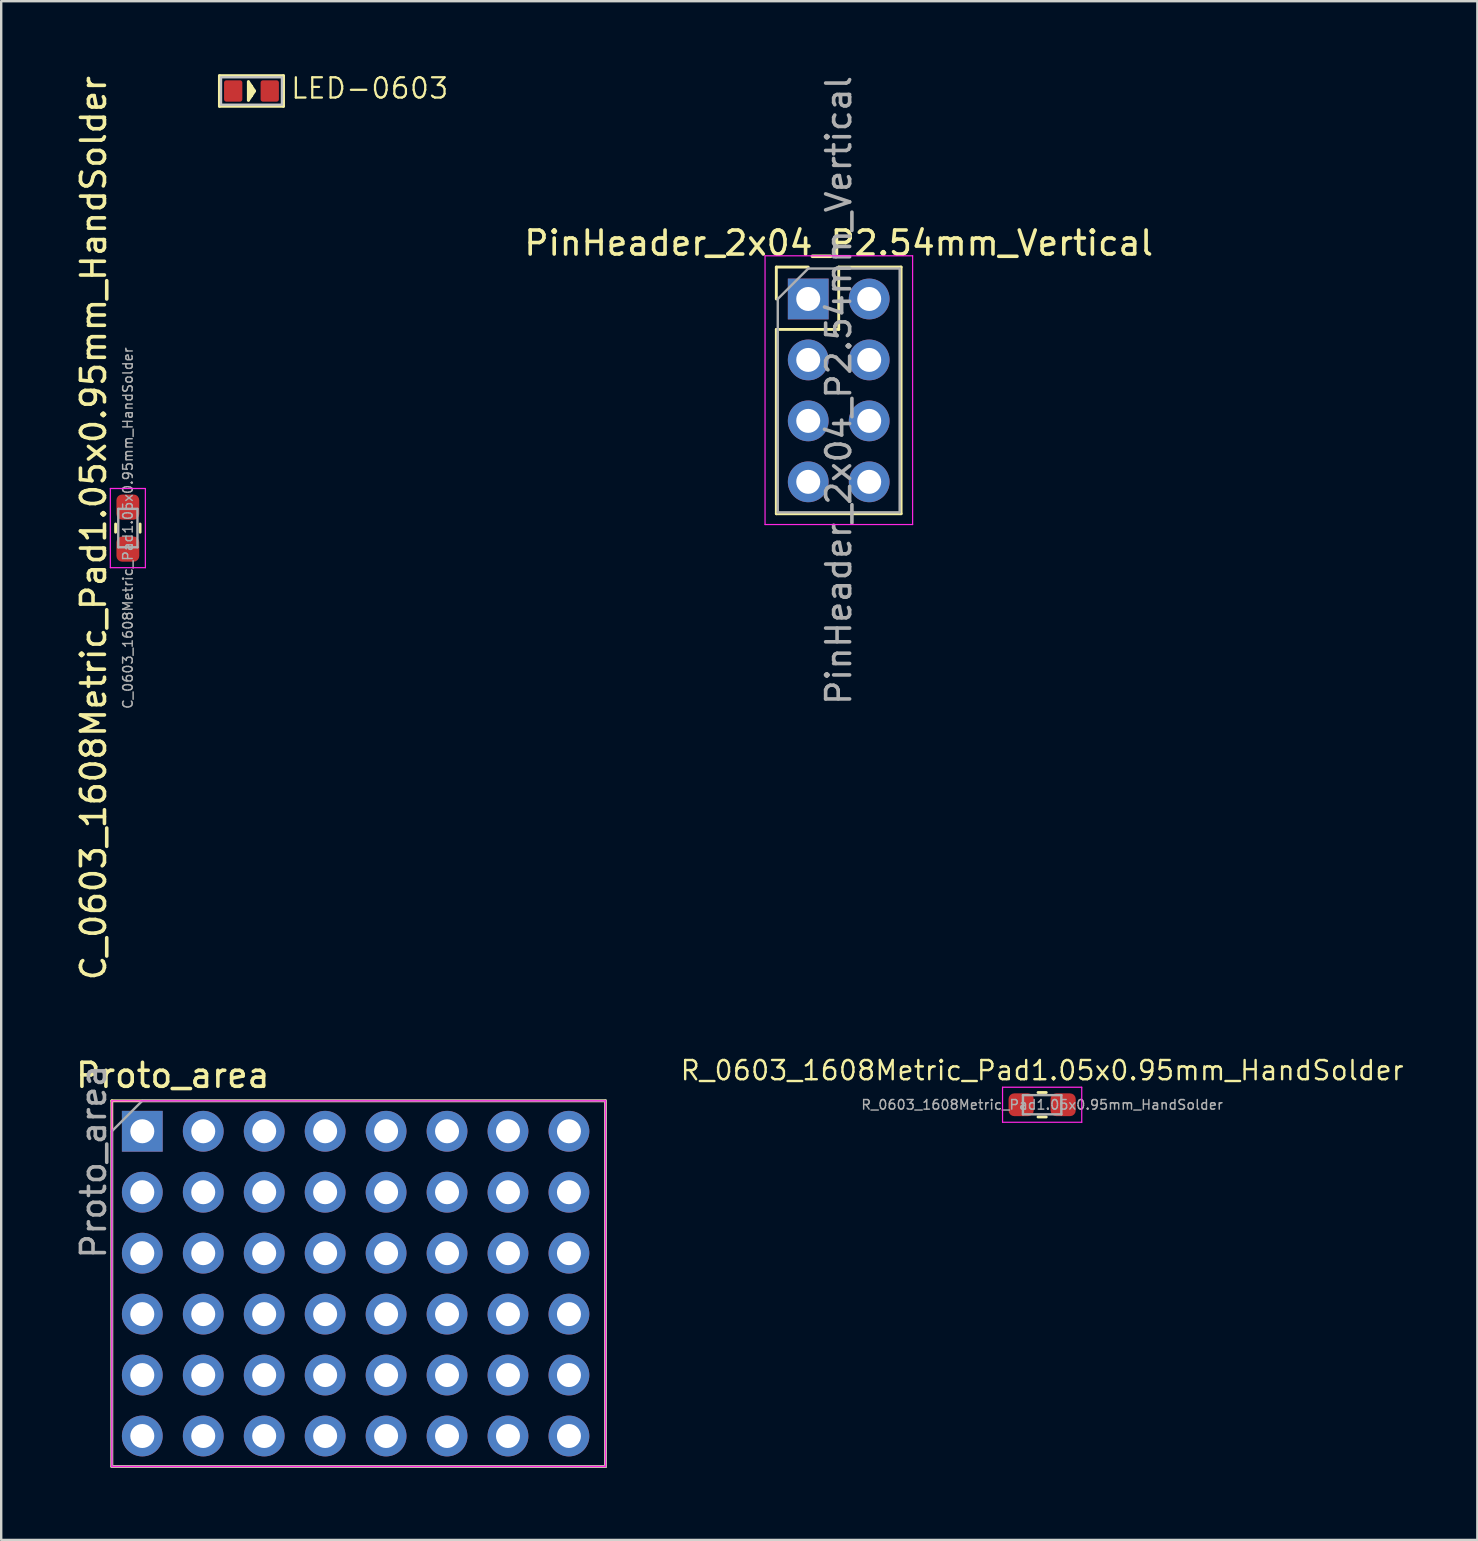
<source format=kicad_pcb>
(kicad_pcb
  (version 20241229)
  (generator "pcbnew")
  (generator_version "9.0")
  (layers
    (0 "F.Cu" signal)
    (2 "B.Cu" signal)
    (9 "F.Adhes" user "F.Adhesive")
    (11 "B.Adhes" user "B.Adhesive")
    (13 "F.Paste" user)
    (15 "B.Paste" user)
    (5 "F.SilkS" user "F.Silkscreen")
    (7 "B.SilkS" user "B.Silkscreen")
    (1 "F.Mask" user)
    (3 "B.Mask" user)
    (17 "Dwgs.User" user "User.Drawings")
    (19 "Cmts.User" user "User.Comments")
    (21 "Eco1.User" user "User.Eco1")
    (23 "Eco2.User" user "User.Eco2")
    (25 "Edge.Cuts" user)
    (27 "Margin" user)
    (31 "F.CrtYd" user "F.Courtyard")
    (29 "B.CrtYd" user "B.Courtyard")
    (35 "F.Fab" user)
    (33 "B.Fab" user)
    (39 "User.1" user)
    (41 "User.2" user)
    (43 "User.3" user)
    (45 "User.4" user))
  (footprint "LED-0603"
    (layer "F.Cu")
    (at 7.43 0.742)
    (property "Reference" "LED-0603" (at 1.587 0.381 0) (layer "F.SilkS") (effects (font (size 0.845 0.845) (thickness 0.093)) (justify left bottom)))
    (attr through_hole)
    (fp_line (start -1.333 -0.635) (end 1.333 -0.635) (stroke (width 0.127) (type solid)) (layer "F.SilkS"))
    (fp_line (start -1.333 0.635) (end -1.333 -0.635) (stroke (width 0.127) (type solid)) (layer "F.SilkS"))
    (fp_line (start -0.127 -0.381) (end -0.127 0.381) (stroke (width 0.127) (type solid)) (layer "F.SilkS"))
    (fp_line (start -0.127 0.381) (end 0 0.191) (stroke (width 0.127) (type solid)) (layer "F.SilkS"))
    (fp_line (start -0.064 -0.254) (end -0.064 0.254) (stroke (width 0.127) (type solid)) (layer "F.SilkS"))
    (fp_line (start 0 -0.191) (end -0.127 -0.381) (stroke (width 0.127) (type solid)) (layer "F.SilkS"))
    (fp_line (start 0 -0.191) (end 0 0.191) (stroke (width 0.127) (type solid)) (layer "F.SilkS"))
    (fp_line (start 0 0.191) (end 0.127 0) (stroke (width 0.127) (type solid)) (layer "F.SilkS"))
    (fp_line (start 0.127 0) (end 0 -0.191) (stroke (width 0.127) (type solid)) (layer "F.SilkS"))
    (fp_line (start 1.333 -0.635) (end 1.333 0.635) (stroke (width 0.127) (type solid)) (layer "F.SilkS"))
    (fp_line (start 1.333 0.635) (end -1.333 0.635) (stroke (width 0.127) (type solid)) (layer "F.SilkS"))
    (fp_poly (pts (xy -1.27 0.572) (xy 1.27 0.572) (xy 1.27 -0.572) (xy -1.27 -0.572)) (stroke (width 0.1) (type solid)) (fill no) (layer "Dwgs.User"))
    (pad "+" smd roundrect (at -0.762 0) (size 0.762 0.889) (layers "F.Cu" "F.Mask" "F.Paste") (roundrect_rratio 0.125))
    (pad "-" smd roundrect (at 0.762 0) (size 0.762 0.889) (layers "F.Cu" "F.Mask" "F.Paste") (roundrect_rratio 0.125)))
  (footprint "Proto_area"
    (layer "F.Cu")
    (at 2.88 44.095)
    (property "Reference" "Proto_area" (at 1.27 -2.33 0) (layer "F.SilkS") (effects (font (size 1 1) (thickness 0.15))))
    (attr through_hole)
    (fp_line (start -1.27 -1.27) (end -1.27 13.97) (stroke (width 0.12) (type solid)) (layer "F.SilkS"))
    (fp_line (start -1.27 -1.27) (end 19.304 -1.27) (stroke (width 0.12) (type solid)) (layer "F.SilkS"))
    (fp_line (start -1.27 13.97) (end 19.304 13.97) (stroke (width 0.12) (type solid)) (layer "F.SilkS"))
    (fp_line (start 19.304 -1.27) (end 19.304 13.97) (stroke (width 0.12) (type solid)) (layer "F.SilkS"))
    (fp_line (start -1.27 -1.27) (end -1.27 13.97) (stroke (width 0.05) (type solid)) (layer "F.CrtYd"))
    (fp_line (start -1.27 13.97) (end 19.304 13.97) (stroke (width 0.05) (type solid)) (layer "F.CrtYd"))
    (fp_line (start 19.304 -1.27) (end -1.27 -1.27) (stroke (width 0.05) (type solid)) (layer "F.CrtYd"))
    (fp_line (start 19.304 13.97) (end 19.304 -1.27) (stroke (width 0.05) (type solid)) (layer "F.CrtYd"))
    (fp_line (start -1.27 0) (end 0 -1.27) (stroke (width 0.1) (type solid)) (layer "F.Fab"))
    (fp_line (start -1.27 13.97) (end -1.27 0) (stroke (width 0.1) (type solid)) (layer "F.Fab"))
    (fp_line (start 0 -1.27) (end 19.304 -1.27) (stroke (width 0.1) (type solid)) (layer "F.Fab"))
    (fp_line (start 19.304 -1.27) (end 19.304 13.97) (stroke (width 0.1) (type solid)) (layer "F.Fab"))
    (fp_line (start 19.304 13.97) (end -1.27 13.97) (stroke (width 0.1) (type solid)) (layer "F.Fab"))
    (fp_text user "${REFERENCE}" (at -2.032 1.27 90) (layer "F.Fab") (effects (font (size 1 1) (thickness 0.15))))
    (pad "1" thru_hole rect (at 0 0) (size 1.7 1.7) (drill 1) (layers "*.Cu" "*.Mask"))
    (pad "2" thru_hole oval (at 2.54 0) (size 1.7 1.7) (drill 1) (layers "*.Cu" "*.Mask"))
    (pad "3" thru_hole oval (at 5.08 0) (size 1.7 1.7) (drill 1) (layers "*.Cu" "*.Mask"))
    (pad "4" thru_hole oval (at 7.62 0) (size 1.7 1.7) (drill 1) (layers "*.Cu" "*.Mask"))
    (pad "5" thru_hole oval (at 10.16 0) (size 1.7 1.7) (drill 1) (layers "*.Cu" "*.Mask"))
    (pad "6" thru_hole oval (at 12.7 0) (size 1.7 1.7) (drill 1) (layers "*.Cu" "*.Mask"))
    (pad "7" thru_hole oval (at 15.24 0) (size 1.7 1.7) (drill 1) (layers "*.Cu" "*.Mask"))
    (pad "8" thru_hole oval (at 17.78 0) (size 1.7 1.7) (drill 1) (layers "*.Cu" "*.Mask"))
    (pad "9" thru_hole oval (at 0 2.54) (size 1.7 1.7) (drill 1) (layers "*.Cu" "*.Mask"))
    (pad "10" thru_hole oval (at 2.54 2.54) (size 1.7 1.7) (drill 1) (layers "*.Cu" "*.Mask"))
    (pad "11" thru_hole oval (at 5.08 2.54) (size 1.7 1.7) (drill 1) (layers "*.Cu" "*.Mask"))
    (pad "12" thru_hole oval (at 7.62 2.54) (size 1.7 1.7) (drill 1) (layers "*.Cu" "*.Mask"))
    (pad "13" thru_hole oval (at 10.16 2.54) (size 1.7 1.7) (drill 1) (layers "*.Cu" "*.Mask"))
    (pad "14" thru_hole oval (at 12.7 2.54) (size 1.7 1.7) (drill 1) (layers "*.Cu" "*.Mask"))
    (pad "15" thru_hole oval (at 15.24 2.54) (size 1.7 1.7) (drill 1) (layers "*.Cu" "*.Mask"))
    (pad "16" thru_hole oval (at 17.78 2.54) (size 1.7 1.7) (drill 1) (layers "*.Cu" "*.Mask"))
    (pad "17" thru_hole oval (at 0 5.08) (size 1.7 1.7) (drill 1) (layers "*.Cu" "*.Mask"))
    (pad "18" thru_hole oval (at 2.54 5.08) (size 1.7 1.7) (drill 1) (layers "*.Cu" "*.Mask"))
    (pad "19" thru_hole oval (at 5.08 5.08) (size 1.7 1.7) (drill 1) (layers "*.Cu" "*.Mask"))
    (pad "20" thru_hole oval (at 7.62 5.08) (size 1.7 1.7) (drill 1) (layers "*.Cu" "*.Mask"))
    (pad "21" thru_hole oval (at 10.16 5.08) (size 1.7 1.7) (drill 1) (layers "*.Cu" "*.Mask"))
    (pad "22" thru_hole oval (at 12.7 5.08) (size 1.7 1.7) (drill 1) (layers "*.Cu" "*.Mask"))
    (pad "23" thru_hole oval (at 15.24 5.08) (size 1.7 1.7) (drill 1) (layers "*.Cu" "*.Mask"))
    (pad "24" thru_hole oval (at 17.78 5.08) (size 1.7 1.7) (drill 1) (layers "*.Cu" "*.Mask"))
    (pad "25" thru_hole oval (at 0 7.62) (size 1.7 1.7) (drill 1) (layers "*.Cu" "*.Mask"))
    (pad "26" thru_hole oval (at 2.54 7.62) (size 1.7 1.7) (drill 1) (layers "*.Cu" "*.Mask"))
    (pad "27" thru_hole oval (at 5.08 7.62) (size 1.7 1.7) (drill 1) (layers "*.Cu" "*.Mask"))
    (pad "28" thru_hole oval (at 7.62 7.62) (size 1.7 1.7) (drill 1) (layers "*.Cu" "*.Mask"))
    (pad "29" thru_hole oval (at 10.16 7.62) (size 1.7 1.7) (drill 1) (layers "*.Cu" "*.Mask"))
    (pad "30" thru_hole oval (at 12.7 7.62) (size 1.7 1.7) (drill 1) (layers "*.Cu" "*.Mask"))
    (pad "31" thru_hole oval (at 15.24 7.62) (size 1.7 1.7) (drill 1) (layers "*.Cu" "*.Mask"))
    (pad "32" thru_hole oval (at 17.78 7.62) (size 1.7 1.7) (drill 1) (layers "*.Cu" "*.Mask"))
    (pad "33" thru_hole oval (at 0 10.16) (size 1.7 1.7) (drill 1) (layers "*.Cu" "*.Mask"))
    (pad "34" thru_hole oval (at 2.54 10.16) (size 1.7 1.7) (drill 1) (layers "*.Cu" "*.Mask"))
    (pad "35" thru_hole oval (at 5.08 10.16) (size 1.7 1.7) (drill 1) (layers "*.Cu" "*.Mask"))
    (pad "36" thru_hole oval (at 7.62 10.16) (size 1.7 1.7) (drill 1) (layers "*.Cu" "*.Mask"))
    (pad "37" thru_hole oval (at 10.16 10.16) (size 1.7 1.7) (drill 1) (layers "*.Cu" "*.Mask"))
    (pad "38" thru_hole oval (at 12.7 10.16) (size 1.7 1.7) (drill 1) (layers "*.Cu" "*.Mask"))
    (pad "39" thru_hole oval (at 15.24 10.16) (size 1.7 1.7) (drill 1) (layers "*.Cu" "*.Mask"))
    (pad "40" thru_hole oval (at 17.78 10.16) (size 1.7 1.7) (drill 1) (layers "*.Cu" "*.Mask"))
    (pad "41" thru_hole oval (at 0 12.7) (size 1.7 1.7) (drill 1) (layers "*.Cu" "*.Mask"))
    (pad "42" thru_hole oval (at 2.54 12.7) (size 1.7 1.7) (drill 1) (layers "*.Cu" "*.Mask"))
    (pad "43" thru_hole oval (at 5.08 12.7) (size 1.7 1.7) (drill 1) (layers "*.Cu" "*.Mask"))
    (pad "44" thru_hole oval (at 7.62 12.7) (size 1.7 1.7) (drill 1) (layers "*.Cu" "*.Mask"))
    (pad "45" thru_hole oval (at 10.16 12.7) (size 1.7 1.7) (drill 1) (layers "*.Cu" "*.Mask"))
    (pad "46" thru_hole oval (at 12.7 12.7) (size 1.7 1.7) (drill 1) (layers "*.Cu" "*.Mask"))
    (pad "47" thru_hole oval (at 15.24 12.7) (size 1.7 1.7) (drill 1) (layers "*.Cu" "*.Mask"))
    (pad "48" thru_hole oval (at 17.78 12.7) (size 1.7 1.7) (drill 1) (layers "*.Cu" "*.Mask")))
  (footprint "R_0603_1608Metric_Pad1.05x0.95mm_HandSolder"
    (layer "F.Cu")
    (at 40.381 42.99)
    (property "Reference" "R_0603_1608Metric_Pad1.05x0.95mm_HandSolder" (at 0 -1.43 0) (unlocked yes) (layer "F.SilkS") (effects (font (size 0.8 0.8) (thickness 0.1))))
    (attr smd)
    (fp_line (start -0.171 -0.51) (end 0.171 -0.51) (stroke (width 0.12) (type solid)) (layer "F.SilkS"))
    (fp_line (start -0.171 0.51) (end 0.171 0.51) (stroke (width 0.12) (type solid)) (layer "F.SilkS"))
    (fp_line (start -1.65 -0.73) (end 1.65 -0.73) (stroke (width 0.05) (type solid)) (layer "F.CrtYd"))
    (fp_line (start -1.65 0.73) (end -1.65 -0.73) (stroke (width 0.05) (type solid)) (layer "F.CrtYd"))
    (fp_line (start 1.65 -0.73) (end 1.65 0.73) (stroke (width 0.05) (type solid)) (layer "F.CrtYd"))
    (fp_line (start 1.65 0.73) (end -1.65 0.73) (stroke (width 0.05) (type solid)) (layer "F.CrtYd"))
    (fp_line (start -0.8 -0.4) (end 0.8 -0.4) (stroke (width 0.1) (type solid)) (layer "F.Fab"))
    (fp_line (start -0.8 0.4) (end -0.8 -0.4) (stroke (width 0.1) (type solid)) (layer "F.Fab"))
    (fp_line (start 0.8 -0.4) (end 0.8 0.4) (stroke (width 0.1) (type solid)) (layer "F.Fab"))
    (fp_line (start 0.8 0.4) (end -0.8 0.4) (stroke (width 0.1) (type solid)) (layer "F.Fab"))
    (fp_text user "${REFERENCE}" (at 0 0 0) (layer "F.Fab") (effects (font (size 0.4 0.4) (thickness 0.06))))
    (pad "1" smd roundrect (at -0.875 0) (size 1.05 0.95) (layers "F.Cu" "F.Mask" "F.Paste") (roundrect_rratio 0.25))
    (pad "2" smd roundrect (at 0.875 0) (size 1.05 0.95) (layers "F.Cu" "F.Mask" "F.Paste") (roundrect_rratio 0.25)))
  (footprint "PinHeader_2x04_P2.54mm_Vertical"
    (layer "F.Cu")
    (at 30.633 9.41)
    (property "Reference" "PinHeader_2x04_P2.54mm_Vertical" (at 1.27 -2.33 0) (layer "F.SilkS") (effects (font (size 1 1) (thickness 0.15))))
    (attr through_hole)
    (fp_line (start -1.33 -1.33) (end 0 -1.33) (stroke (width 0.12) (type solid)) (layer "F.SilkS"))
    (fp_line (start -1.33 0) (end -1.33 -1.33) (stroke (width 0.12) (type solid)) (layer "F.SilkS"))
    (fp_line (start -1.33 1.27) (end -1.33 8.95) (stroke (width 0.12) (type solid)) (layer "F.SilkS"))
    (fp_line (start -1.33 1.27) (end 1.27 1.27) (stroke (width 0.12) (type solid)) (layer "F.SilkS"))
    (fp_line (start -1.33 8.95) (end 3.87 8.95) (stroke (width 0.12) (type solid)) (layer "F.SilkS"))
    (fp_line (start 1.27 -1.33) (end 3.87 -1.33) (stroke (width 0.12) (type solid)) (layer "F.SilkS"))
    (fp_line (start 1.27 1.27) (end 1.27 -1.33) (stroke (width 0.12) (type solid)) (layer "F.SilkS"))
    (fp_line (start 3.87 -1.33) (end 3.87 8.95) (stroke (width 0.12) (type solid)) (layer "F.SilkS"))
    (fp_line (start -1.8 -1.8) (end -1.8 9.4) (stroke (width 0.05) (type solid)) (layer "F.CrtYd"))
    (fp_line (start -1.8 9.4) (end 4.35 9.4) (stroke (width 0.05) (type solid)) (layer "F.CrtYd"))
    (fp_line (start 4.35 -1.8) (end -1.8 -1.8) (stroke (width 0.05) (type solid)) (layer "F.CrtYd"))
    (fp_line (start 4.35 9.4) (end 4.35 -1.8) (stroke (width 0.05) (type solid)) (layer "F.CrtYd"))
    (fp_line (start -1.27 0) (end 0 -1.27) (stroke (width 0.1) (type solid)) (layer "F.Fab"))
    (fp_line (start -1.27 8.89) (end -1.27 0) (stroke (width 0.1) (type solid)) (layer "F.Fab"))
    (fp_line (start 0 -1.27) (end 3.81 -1.27) (stroke (width 0.1) (type solid)) (layer "F.Fab"))
    (fp_line (start 3.81 -1.27) (end 3.81 8.89) (stroke (width 0.1) (type solid)) (layer "F.Fab"))
    (fp_line (start 3.81 8.89) (end -1.27 8.89) (stroke (width 0.1) (type solid)) (layer "F.Fab"))
    (fp_text user "${REFERENCE}" (at 1.27 3.81 90) (layer "F.Fab") (effects (font (size 1 1) (thickness 0.15))))
    (pad "1" thru_hole rect (at 0 0) (size 1.7 1.7) (drill 1) (layers "*.Cu" "*.Mask"))
    (pad "2" thru_hole oval (at 2.54 0) (size 1.7 1.7) (drill 1) (layers "*.Cu" "*.Mask"))
    (pad "3" thru_hole oval (at 0 2.54) (size 1.7 1.7) (drill 1) (layers "*.Cu" "*.Mask"))
    (pad "4" thru_hole oval (at 2.54 2.54) (size 1.7 1.7) (drill 1) (layers "*.Cu" "*.Mask"))
    (pad "5" thru_hole oval (at 0 5.08) (size 1.7 1.7) (drill 1) (layers "*.Cu" "*.Mask"))
    (pad "6" thru_hole oval (at 2.54 5.08) (size 1.7 1.7) (drill 1) (layers "*.Cu" "*.Mask"))
    (pad "7" thru_hole oval (at 0 7.62) (size 1.7 1.7) (drill 1) (layers "*.Cu" "*.Mask"))
    (pad "8" thru_hole oval (at 2.54 7.62) (size 1.7 1.7) (drill 1) (layers "*.Cu" "*.Mask")))
  (footprint "C_0603_1608Metric_Pad1.05x0.95mm_HandSolder"
    (layer "F.Cu")
    (at 2.278 18.958)
    (property "Reference" "C_0603_1608Metric_Pad1.05x0.95mm_HandSolder" (at -1.43 0 90) (layer "F.SilkS") (effects (font (size 1 1) (thickness 0.15))))
    (attr smd)
    (fp_line (start -0.51 0.171) (end -0.51 -0.171) (stroke (width 0.12) (type solid)) (layer "F.SilkS"))
    (fp_line (start 0.51 0.171) (end 0.51 -0.171) (stroke (width 0.12) (type solid)) (layer "F.SilkS"))
    (fp_line (start -0.73 -1.65) (end 0.73 -1.65) (stroke (width 0.05) (type solid)) (layer "F.CrtYd"))
    (fp_line (start -0.73 1.65) (end -0.73 -1.65) (stroke (width 0.05) (type solid)) (layer "F.CrtYd"))
    (fp_line (start 0.73 -1.65) (end 0.73 1.65) (stroke (width 0.05) (type solid)) (layer "F.CrtYd"))
    (fp_line (start 0.73 1.65) (end -0.73 1.65) (stroke (width 0.05) (type solid)) (layer "F.CrtYd"))
    (fp_line (start -0.4 -0.8) (end 0.4 -0.8) (stroke (width 0.1) (type solid)) (layer "F.Fab"))
    (fp_line (start -0.4 0.8) (end -0.4 -0.8) (stroke (width 0.1) (type solid)) (layer "F.Fab"))
    (fp_line (start 0.4 -0.8) (end 0.4 0.8) (stroke (width 0.1) (type solid)) (layer "F.Fab"))
    (fp_line (start 0.4 0.8) (end -0.4 0.8) (stroke (width 0.1) (type solid)) (layer "F.Fab"))
    (fp_text user "${REFERENCE}" (at 0 0 90) (layer "F.Fab") (effects (font (size 0.4 0.4) (thickness 0.06))))
    (pad "1" smd roundrect (at 0 0.875 90) (size 1.05 0.95) (layers "F.Cu" "F.Mask" "F.Paste") (roundrect_rratio 0.25))
    (pad "2" smd roundrect (at 0 -0.875 90) (size 1.05 0.95) (layers "F.Cu" "F.Mask" "F.Paste") (roundrect_rratio 0.25)))
  (gr_rect
    (start -3 -3)
    (end 58.518 61.125)
    (stroke (width 0.1) (type default))
    (fill no)
    (layer "Edge.Cuts")))
</source>
